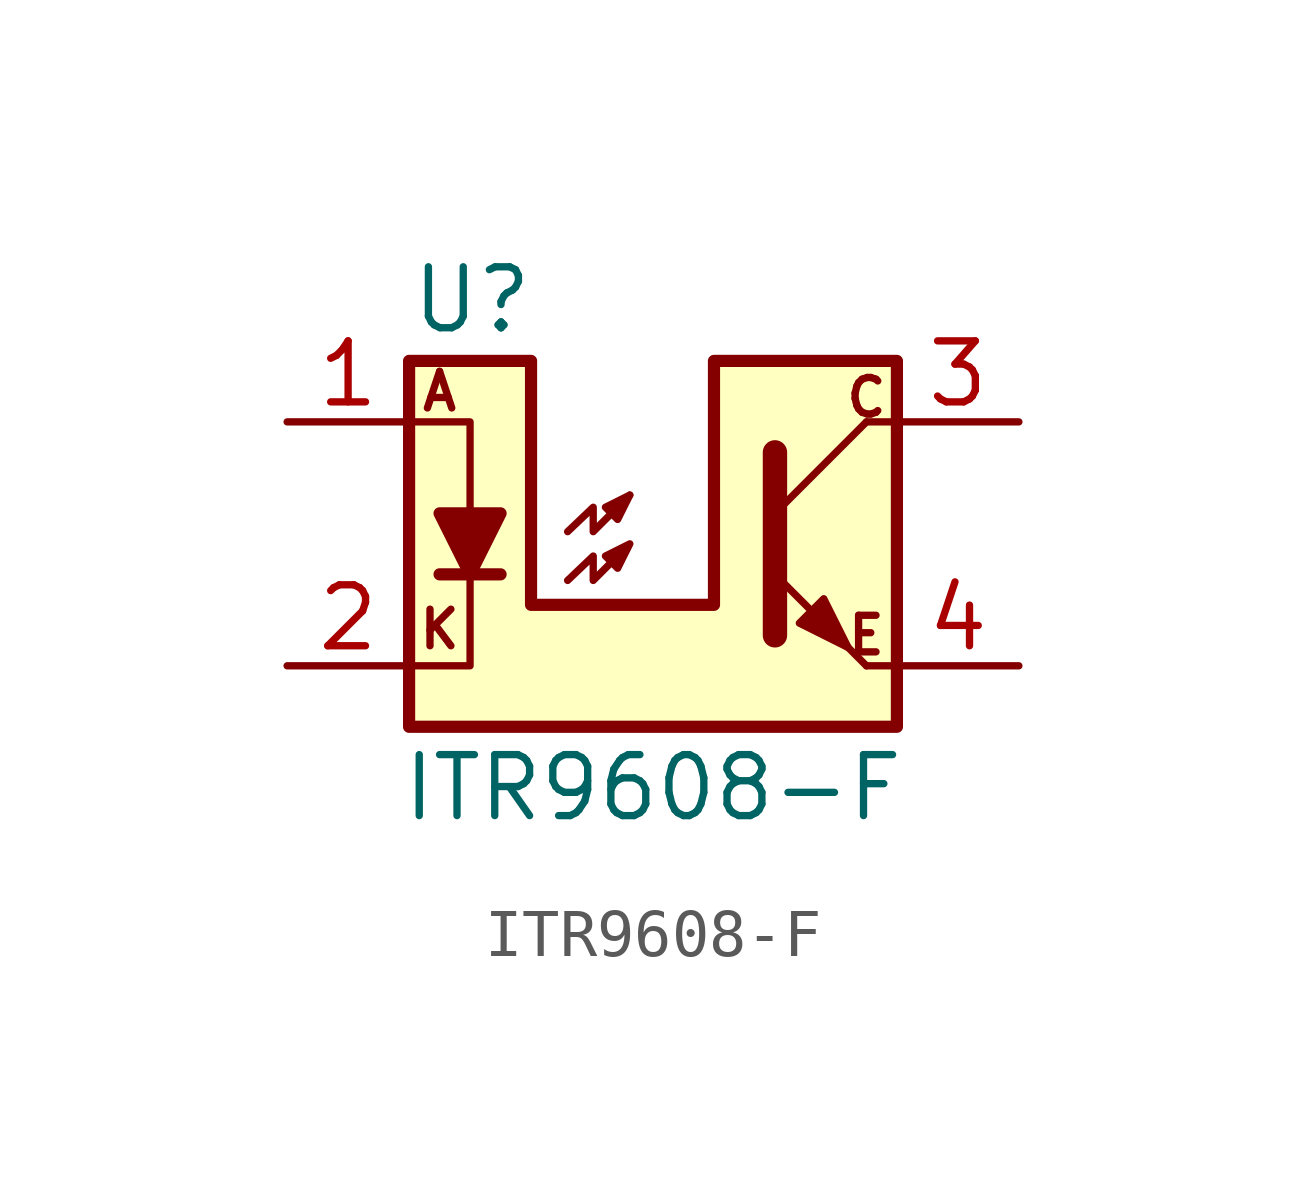
<source format=kicad_sym>
(kicad_symbol_lib
  (version 20220914)
  (generator kicad_symbol_editor)
  (symbol "ITR9608-F"
    (property "Reference" "U"
      (at -5.08 5.08 0)
      (effects (font (size 1.27 1.27)) (justify left)))
    (property "Value" "ITR9608-F"
      (at 0 -5.08 0)
      (effects (font (size 1.27 1.27))))
    (symbol "ITR9608-F_0_0"
      (text "A" (at -4.445 3.175 0) (effects (font (size 0.762 0.762))))
      (text "C" (at 4.445 3.048 0) (effects (font (size 0.762 0.762))))
      (text "E" (at 4.445 -1.905 0) (effects (font (size 0.762 0.762))))
      (text "K" (at -4.445 -1.778 0) (effects (font (size 0.762 0.762)))))
    (symbol "ITR9608-F_0_1"
      (polyline (pts (xy -4.445 -0.635) (xy -3.175 -0.635)) (stroke (width 0.254) (type default)) (fill (type none)))
      (polyline (pts (xy 2.54 0.635) (xy 4.445 2.54)) (stroke (width 0) (type default)) (fill (type none)))
      (polyline (pts (xy 4.445 -2.54) (xy 2.54 -0.635)) (stroke (width 0) (type default)) (fill (type outline)))
      (polyline (pts (xy 4.445 -2.54) (xy 5.08 -2.54)) (stroke (width 0) (type default)) (fill (type none)))
      (polyline (pts (xy 4.445 2.54) (xy 5.08 2.54)) (stroke (width 0) (type default)) (fill (type none)))
      (polyline (pts (xy -5.08 -2.54) (xy -3.81 -2.54) (xy -3.81 -0.635)) (stroke (width 0) (type default)) (fill (type none)))
      (polyline (pts (xy -5.08 2.54) (xy -3.81 2.54) (xy -3.81 0.635)) (stroke (width 0) (type default)) (fill (type none)))
      (polyline (pts (xy 2.54 1.905) (xy 2.54 -1.905) (xy 2.54 -1.905)) (stroke (width 0.508) (type default)) (fill (type none)))
      (polyline (pts (xy -3.81 -0.635) (xy -4.445 0.635) (xy -3.175 0.635) (xy -3.81 -0.635)) (stroke (width 0.254) (type default)) (fill (type outline)))
      (polyline (pts (xy -1.778 0.254) (xy -1.245 0.762) (xy -1.245 0.254) (xy -0.483 1.016)) (stroke (width 0) (type default)) (fill (type none)))
      (polyline (pts (xy -0.483 1.016) (xy -0.991 0.762) (xy -0.737 0.508) (xy -0.483 1.016)) (stroke (width 0) (type default)) (fill (type none)))
      (polyline (pts (xy 3.048 -1.651) (xy 3.556 -1.143) (xy 4.064 -2.159) (xy 3.048 -1.651) (xy 3.048 -1.651)) (stroke (width 0) (type default)) (fill (type outline)))
      (polyline (pts (xy -1.778 -0.762) (xy -1.245 -0.254) (xy -1.245 -0.762) (xy -0.483 0) (xy -0.991 -0.254) (xy -0.737 -0.508) (xy -0.483 0)) (stroke (width 0) (type default)) (fill (type none)))
      (polyline (pts (xy -5.08 3.81) (xy -5.08 -3.81) (xy 5.08 -3.81) (xy 5.08 3.81) (xy 1.27 3.81) (xy 1.27 -1.27) (xy -2.54 -1.27) (xy -2.54 3.81) (xy -5.08 3.81)) (stroke (width 0.254) (type default)) (fill (type background))))
    (symbol "ITR9608-F_1_1"
      (pin passive line (at -7.62 2.54 0) (length 2.54) (name "~" (effects (font (size 1.27 1.27)))) (number "1" (effects (font (size 1.27 1.27)))))
      (pin passive line (at -7.62 -2.54 0) (length 2.54) (name "~" (effects (font (size 1.27 1.27)))) (number "2" (effects (font (size 1.27 1.27)))))
      (pin open_collector line (at 7.62 2.54 180) (length 2.54) (name "~" (effects (font (size 1.27 1.27)))) (number "3" (effects (font (size 1.27 1.27)))))
      (pin open_emitter line (at 7.62 -2.54 180) (length 2.54) (name "~" (effects (font (size 1.27 1.27)))) (number "4" (effects (font (size 1.27 1.27))))))))
</source>
